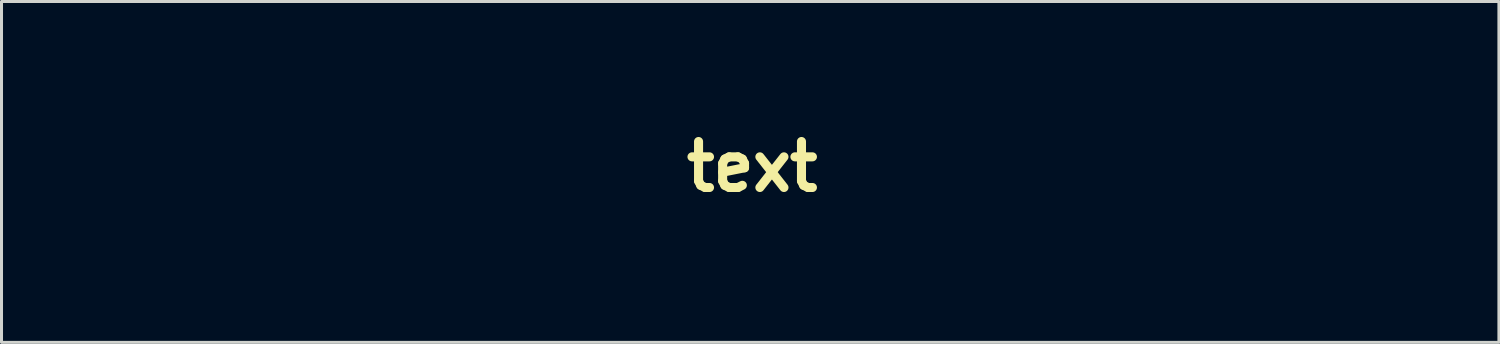
<source format=kicad_pcb>
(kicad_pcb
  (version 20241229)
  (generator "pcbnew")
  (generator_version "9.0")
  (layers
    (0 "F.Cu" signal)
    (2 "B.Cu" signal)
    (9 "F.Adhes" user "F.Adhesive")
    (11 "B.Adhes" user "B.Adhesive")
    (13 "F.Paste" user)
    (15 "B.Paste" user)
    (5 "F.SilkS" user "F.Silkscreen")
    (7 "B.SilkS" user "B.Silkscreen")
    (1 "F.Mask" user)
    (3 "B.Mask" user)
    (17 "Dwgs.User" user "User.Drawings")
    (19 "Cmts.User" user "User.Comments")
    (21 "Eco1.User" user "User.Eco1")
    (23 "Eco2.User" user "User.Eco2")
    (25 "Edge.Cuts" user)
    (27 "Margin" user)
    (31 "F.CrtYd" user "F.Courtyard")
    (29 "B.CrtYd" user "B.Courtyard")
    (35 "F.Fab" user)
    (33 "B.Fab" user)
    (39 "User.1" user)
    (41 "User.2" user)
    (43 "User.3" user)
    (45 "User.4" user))
  (footprint "text"
    (layer "F.Cu")
    (at 21.877 2.474)
    (property "Reference" "text" (at 0 0 0) (layer "F.SilkS") (effects (font (size 1.524 1.524) (thickness 0.3))))
    (attr through_hole)
    (fp_poly (pts (xy 14.05 -2.187) (xy 14.111 -1.94) (xy 13.829 -1.473) (xy 13.582 -1.411) (xy 13.114 -1.693) (xy 13.053 -1.94) (xy 13.335 -2.408) (xy 13.582 -2.469) (xy 14.05 -2.187)) (stroke (width 0.01) (type solid)) (fill no) (layer "Eco2.User"))
    (fp_poly (pts (xy 18.322 -1.832) (xy 18.472 -1.587) (xy 18.968 -1.119) (xy 19.804 -1.174) (xy 20.45 -1.486) (xy 21.047 -1.741) (xy 21.416 -1.53) (xy 21.626 -0.766) (xy 21.715 0.162) (xy 21.739 1.157) (xy 21.597 1.632) (xy 21.226 1.763) (xy 21.165 1.764) (xy 20.591 1.469) (xy 20.361 0.794) (xy 20.214 -0.176) (xy 20.161 0.794) (xy 19.965 1.544) (xy 19.426 1.764) (xy 18.842 1.493) (xy 18.597 0.794) (xy 18.45 -0.176) (xy 18.397 0.794) (xy 18.183 1.557) (xy 17.815 1.764) (xy 17.496 1.59) (xy 17.332 0.978) (xy 17.286 -0.176) (xy 17.341 -1.375) (xy 17.524 -1.983) (xy 17.778 -2.117) (xy 18.322 -1.832)) (stroke (width 0.01) (type solid)) (fill no) (layer "Eco2.User"))
    (fp_poly (pts (xy 7.31 -0.972) (xy 8.146 -0.739) (xy 8.419 -0.396) (xy 8.063 0.018) (xy 7.962 0.078) (xy 7.557 0.376) (xy 7.725 0.675) (xy 8.001 0.888) (xy 8.44 1.267) (xy 8.302 1.484) (xy 8.025 1.6) (xy 7.089 1.73) (xy 6.232 1.492) (xy 5.706 0.981) (xy 5.644 0.699) (xy 5.495 0.129) (xy 5.292 0) (xy 5.026 0.302) (xy 4.939 0.882) (xy 4.755 1.591) (xy 4.41 1.764) (xy 4.042 1.531) (xy 3.89 0.758) (xy 3.881 0.353) (xy 3.881 -0.176) (xy 6.703 -0.176) (xy 6.879 0) (xy 7.056 -0.176) (xy 6.879 -0.353) (xy 6.703 -0.176) (xy 3.881 -0.176) (xy 3.881 -1.058) (xy 5.976 -1.058) (xy 7.31 -0.972)) (stroke (width 0.01) (type solid)) (fill no) (layer "Eco2.User"))
    (fp_poly (pts (xy -17.333 -2.155) (xy -17.09 -1.703) (xy -16.869 -1.165) (xy -16.609 -1.265) (xy -16.376 -1.566) (xy -15.837 -1.939) (xy -15.225 -1.968) (xy -14.845 -1.663) (xy -14.823 -1.51) (xy -14.992 -1.077) (xy -15.424 -0.248) (xy -15.837 0.479) (xy -16.846 2.192) (xy -17.683 0.696) (xy -18.521 -0.8) (xy -18.697 0.394) (xy -18.908 1.223) (xy -19.372 1.586) (xy -20.071 1.702) (xy -21.018 1.666) (xy -21.572 1.258) (xy -21.822 0.358) (xy -21.855 -0.353) (xy -20.405 -0.353) (xy -20.35 0.148) (xy -20.227 0.088) (xy -20.181 -0.634) (xy -20.227 -0.794) (xy -20.356 -0.838) (xy -20.405 -0.353) (xy -21.855 -0.353) (xy -21.867 -0.611) (xy -21.872 -2.104) (xy -20.015 -2.038) (xy -18.884 -2.046) (xy -18.023 -2.138) (xy -17.748 -2.226) (xy -17.333 -2.155)) (stroke (width 0.01) (type solid)) (fill no) (layer "Eco2.User"))
    (fp_poly (pts (xy 11.422 -1.979) (xy 11.619 -1.439) (xy 11.642 -0.882) (xy 11.746 0.011) (xy 12.093 0.343) (xy 12.204 0.353) (xy 12.746 0.058) (xy 12.776 0) (xy 15.522 0) (xy 15.651 0.29) (xy 15.757 0.235) (xy 15.8 -0.183) (xy 15.757 -0.235) (xy 15.548 -0.187) (xy 15.522 0) (xy 12.776 0) (xy 12.941 -0.318) (xy 13.296 -0.811) (xy 14.118 -0.984) (xy 14.329 -0.988) (xy 15.293 -1.095) (xy 15.98 -1.353) (xy 16.005 -1.373) (xy 16.478 -1.603) (xy 16.77 -1.299) (xy 16.91 -0.401) (xy 16.933 0.55) (xy 16.864 1.762) (xy 16.631 2.417) (xy 16.375 2.608) (xy 15.416 2.817) (xy 14.711 2.685) (xy 14.464 2.293) (xy 14.763 1.864) (xy 15.228 1.764) (xy 15.688 1.599) (xy 15.596 1.319) (xy 15.228 1.229) (xy 14.75 1.057) (xy 14.552 0.944) (xy 14.177 0.924) (xy 14.111 1.214) (xy 13.955 1.542) (xy 13.391 1.712) (xy 12.277 1.764) (xy 12.171 1.764) (xy 10.231 1.764) (xy 10.231 -0.176) (xy 10.261 -1.298) (xy 10.394 -1.882) (xy 10.689 -2.096) (xy 10.936 -2.117) (xy 11.422 -1.979)) (stroke (width 0.01) (type solid)) (fill no) (layer "Eco2.User"))
    (fp_poly (pts (xy -11.046 -2.087) (xy -10.675 -1.908) (xy -10.679 -1.449) (xy -10.749 -1.15) (xy -11.044 -0.366) (xy -11.347 0.036) (xy -11.345 0.273) (xy -10.929 0.457) (xy -10.375 0.508) (xy -10.286 0.176) (xy -8.045 0.176) (xy -8.007 0.779) (xy -7.897 0.832) (xy -7.882 0.8) (xy -7.838 0.353) (xy -6.35 0.353) (xy -6.23 0.696) (xy -6.194 0.706) (xy -5.893 0.458) (xy -5.821 0.353) (xy -3.528 0.353) (xy -3.259 0.695) (xy -3.175 0.706) (xy -2.95 0.529) (xy -1.411 0.529) (xy -1.235 0.706) (xy -1.058 0.529) (xy -1.235 0.353) (xy -1.411 0.529) (xy -2.95 0.529) (xy -2.832 0.437) (xy -2.822 0.353) (xy -3.091 0.01) (xy -3.175 0) (xy -3.518 0.268) (xy -3.528 0.353) (xy -5.821 0.353) (xy -5.849 0.028) (xy -5.976 0) (xy -6.336 0.256) (xy -6.35 0.353) (xy -7.838 0.353) (xy -7.813 0.1) (xy -7.85 -0.137) (xy 0.121 -0.137) (xy 0.176 0) (xy 0.493 0.337) (xy 0.55 0.353) (xy 0.702 0.08) (xy 0.706 0) (xy 0.434 -0.339) (xy 0.332 -0.353) (xy 0.121 -0.137) (xy -7.85 -0.137) (xy -7.869 -0.258) (xy -7.982 -0.402) (xy -8.043 0.067) (xy -8.045 0.176) (xy -10.286 0.176) (xy -10.27 0.12) (xy -10.319 -0.186) (xy -10.48 -1.031) (xy -4.202 -1.016) (xy 2.075 -1) (xy 2.22 -0.059) (xy 2.364 0.882) (xy 2.417 -0.088) (xy 2.603 -0.899) (xy 2.944 -1.124) (xy 3.295 -0.817) (xy 3.511 -0.032) (xy 3.528 0.322) (xy 3.528 1.703) (xy -0.149 1.683) (xy -1.719 1.651) (xy -3.04 1.582) (xy -3.943 1.486) (xy -4.237 1.409) (xy -4.793 1.362) (xy -5.542 1.573) (xy -6.162 1.921) (xy -6.347 2.205) (xy -6.646 2.42) (xy -7.056 2.469) (xy -7.629 2.322) (xy -7.761 2.117) (xy -8.091 1.942) (xy -8.992 1.819) (xy -10.331 1.765) (xy -10.583 1.764) (xy -13.406 1.764) (xy -13.406 -0.882) (xy -11.642 -0.882) (xy -11.465 -0.706) (xy -11.289 -0.882) (xy -11.465 -1.058) (xy -11.642 -0.882) (xy -13.406 -0.882) (xy -13.406 -2.117) (xy -11.956 -2.117) (xy -11.046 -2.087)) (stroke (width 0.01) (type solid)) (fill no) (layer "Eco2.User")))
  (gr_rect
    (start -3 -3)
    (end 46.622 8.296)
    (stroke (width 0.1) (type default))
    (fill no)
    (layer "Edge.Cuts")))
</source>
